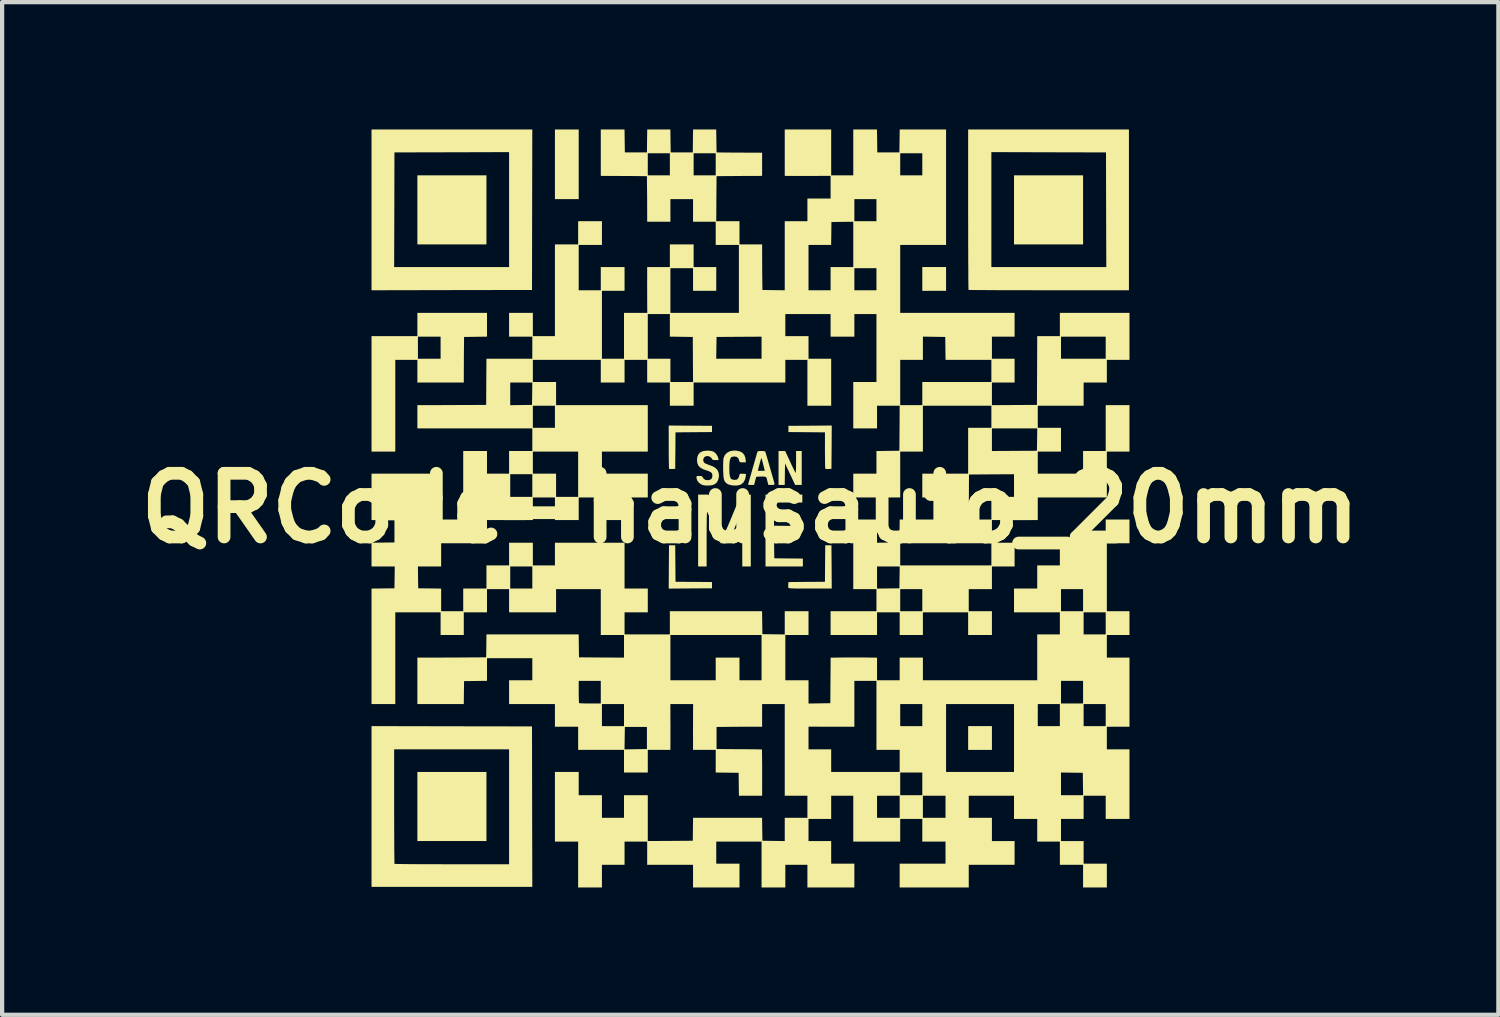
<source format=kicad_pcb>
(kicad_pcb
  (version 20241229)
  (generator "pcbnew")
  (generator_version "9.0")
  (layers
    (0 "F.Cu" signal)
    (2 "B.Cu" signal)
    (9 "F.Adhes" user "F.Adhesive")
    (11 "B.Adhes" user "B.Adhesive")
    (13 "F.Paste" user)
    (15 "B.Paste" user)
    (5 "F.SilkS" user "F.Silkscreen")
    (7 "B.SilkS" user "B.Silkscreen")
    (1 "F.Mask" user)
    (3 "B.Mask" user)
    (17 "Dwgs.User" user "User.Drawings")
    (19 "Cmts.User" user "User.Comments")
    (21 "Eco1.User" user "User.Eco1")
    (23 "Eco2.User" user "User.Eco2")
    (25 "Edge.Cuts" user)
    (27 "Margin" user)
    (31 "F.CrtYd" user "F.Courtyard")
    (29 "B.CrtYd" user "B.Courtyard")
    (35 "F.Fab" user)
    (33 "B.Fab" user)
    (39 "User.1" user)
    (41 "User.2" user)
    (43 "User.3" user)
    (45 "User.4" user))
  (footprint "QRCode-hausauto_20mm"
    (layer "F.Cu")
    (at 14.621 8.92)
    (property "Reference" "QRCode-hausauto_20mm" (at 0 0 0) (layer "F.SilkS") (effects (font (size 1.5 1.5) (thickness 0.3))))
    (attr board_only exclude_from_pos_files exclude_from_bom)
    (fp_poly (pts (xy -6.213 -7.027) (xy -6.213 -6.213) (xy -7.027 -6.213) (xy -7.84 -6.213) (xy -7.84 -7.027) (xy -7.84 -7.84) (xy -7.027 -7.84) (xy -6.213 -7.84)) (stroke (width 0) (type solid)) (fill yes) (layer "F.SilkS"))
    (fp_poly (pts (xy -6.213 7.027) (xy -6.213 7.84) (xy -7.027 7.84) (xy -7.84 7.84) (xy -7.84 7.027) (xy -7.84 6.213) (xy -7.027 6.213) (xy -6.213 6.213)) (stroke (width 0) (type solid)) (fill yes) (layer "F.SilkS"))
    (fp_poly (pts (xy -4.04 -8.1) (xy -4.04 -7.28) (xy -4.32 -7.28) (xy -4.6 -7.28) (xy -4.6 -8.1) (xy -4.6 -8.92) (xy -4.32 -8.92) (xy -4.04 -8.92)) (stroke (width 0) (type solid)) (fill yes) (layer "F.SilkS"))
    (fp_poly (pts (xy 4.613 -5.4) (xy 4.613 -5.12) (xy 4.333 -5.12) (xy 4.053 -5.12) (xy 4.053 -5.4) (xy 4.053 -5.68) (xy 4.333 -5.68) (xy 4.613 -5.68)) (stroke (width 0) (type solid)) (fill yes) (layer "F.SilkS"))
    (fp_poly (pts (xy 5.693 5.413) (xy 5.693 5.693) (xy 5.413 5.693) (xy 5.133 5.693) (xy 5.133 5.413) (xy 5.133 5.133) (xy 5.413 5.133) (xy 5.693 5.133)) (stroke (width 0) (type solid)) (fill yes) (layer "F.SilkS"))
    (fp_poly (pts (xy 7.84 -7.027) (xy 7.84 -6.213) (xy 7.027 -6.213) (xy 6.213 -6.213) (xy 6.213 -7.027) (xy 6.213 -7.84) (xy 7.027 -7.84) (xy 7.84 -7.84)) (stroke (width 0) (type solid)) (fill yes) (layer "F.SilkS"))
    (fp_poly (pts (xy -1.763 1.303) (xy -1.76 1.733) (xy -1.33 1.736) (xy -0.9 1.74) (xy -0.9 1.813) (xy -0.9 1.887) (xy -1.41 1.89) (xy -1.92 1.894) (xy -1.917 1.383) (xy -1.913 0.873) (xy -1.84 0.873) (xy -1.767 0.873)) (stroke (width 0) (type solid)) (fill yes) (layer "F.SilkS"))
    (fp_poly (pts (xy -5.137 -7.03) (xy -5.14 -5.14) (xy -7.03 -5.137) (xy -8.92 -5.133) (xy -8.92 -5.68) (xy -8.387 -5.68) (xy -7.033 -5.68) (xy -5.68 -5.68) (xy -5.68 -7.033) (xy -5.68 -8.387) (xy -7.03 -8.383) (xy -8.38 -8.38) (xy -8.383 -7.03) (xy -8.387 -5.68) (xy -8.92 -5.68) (xy -8.92 -7.027) (xy -8.92 -8.92) (xy -7.027 -8.92) (xy -5.133 -8.92)) (stroke (width 0) (type solid)) (fill yes) (layer "F.SilkS"))
    (fp_poly (pts (xy 1.917 -1.437) (xy 1.913 -0.927) (xy 1.846 -0.923) (xy 1.806 -0.922) (xy 1.777 -0.925) (xy 1.769 -0.928) (xy 1.767 -0.943) (xy 1.765 -0.982) (xy 1.763 -1.041) (xy 1.762 -1.116) (xy 1.761 -1.206) (xy 1.76 -1.305) (xy 1.76 -1.362) (xy 1.76 -1.786) (xy 1.33 -1.79) (xy 0.9 -1.793) (xy 0.9 -1.867) (xy 0.9 -1.94) (xy 1.41 -1.943) (xy 1.92 -1.947)) (stroke (width 0) (type solid)) (fill yes) (layer "F.SilkS"))
    (fp_poly (pts (xy -1.41 -1.943) (xy -0.9 -1.94) (xy -0.9 -1.867) (xy -0.9 -1.793) (xy -1.33 -1.79) (xy -1.76 -1.786) (xy -1.763 -1.356) (xy -1.767 -0.927) (xy -1.834 -0.923) (xy -1.874 -0.922) (xy -1.903 -0.925) (xy -1.911 -0.928) (xy -1.913 -0.943) (xy -1.915 -0.982) (xy -1.916 -1.041) (xy -1.918 -1.119) (xy -1.919 -1.211) (xy -1.92 -1.314) (xy -1.92 -1.427) (xy -1.92 -1.442) (xy -1.92 -1.947)) (stroke (width 0) (type solid)) (fill yes) (layer "F.SilkS"))
    (fp_poly (pts (xy 1.917 1.383) (xy 1.92 1.893) (xy 1.413 1.893) (xy 1.28 1.893) (xy 1.172 1.893) (xy 1.085 1.892) (xy 1.018 1.89) (xy 0.969 1.888) (xy 0.934 1.886) (xy 0.913 1.882) (xy 0.901 1.878) (xy 0.899 1.875) (xy 0.895 1.851) (xy 0.895 1.812) (xy 0.896 1.798) (xy 0.9 1.74) (xy 1.33 1.736) (xy 1.76 1.733) (xy 1.763 1.303) (xy 1.767 0.873) (xy 1.84 0.873) (xy 1.913 0.873)) (stroke (width 0) (type solid)) (fill yes) (layer "F.SilkS"))
    (fp_poly (pts (xy 1.227 -0.227) (xy 1.227 -0.133) (xy 0.893 -0.133) (xy 0.56 -0.133) (xy 0.56 0.14) (xy 0.56 0.413) (xy 0.85 0.416) (xy 1.14 0.42) (xy 1.14 0.507) (xy 1.14 0.593) (xy 0.85 0.597) (xy 0.559 0.601) (xy 0.563 0.89) (xy 0.567 1.18) (xy 0.903 1.184) (xy 1.24 1.187) (xy 1.24 1.28) (xy 1.24 1.373) (xy 0.8 1.373) (xy 0.36 1.373) (xy 0.36 0.527) (xy 0.36 -0.32) (xy 0.793 -0.32) (xy 1.227 -0.32)) (stroke (width 0) (type solid)) (fill yes) (layer "F.SilkS"))
    (fp_poly (pts (xy 0.941 -1.093) (xy 0.976 -1.016) (xy 1.009 -0.949) (xy 1.036 -0.893) (xy 1.056 -0.854) (xy 1.068 -0.833) (xy 1.069 -0.832) (xy 1.073 -0.842) (xy 1.075 -0.876) (xy 1.078 -0.928) (xy 1.079 -0.995) (xy 1.08 -1.073) (xy 1.08 -1.086) (xy 1.08 -1.347) (xy 1.147 -1.347) (xy 1.213 -1.347) (xy 1.213 -0.947) (xy 1.213 -0.547) (xy 1.136 -0.547) (xy 1.059 -0.547) (xy 0.939 -0.801) (xy 0.82 -1.054) (xy 0.816 -0.801) (xy 0.813 -0.547) (xy 0.74 -0.547) (xy 0.667 -0.547) (xy 0.667 -0.947) (xy 0.667 -1.347) (xy 0.745 -1.347) (xy 0.823 -1.347)) (stroke (width 0) (type solid)) (fill yes) (layer "F.SilkS"))
    (fp_poly (pts (xy -6.2 -4.32) (xy -6.2 -4.041) (xy -6.47 -4.037) (xy -6.74 -4.033) (xy -6.743 -3.767) (xy -6.744 -3.66) (xy -6.745 -3.538) (xy -6.745 -3.412) (xy -6.746 -3.294) (xy -6.746 -3.23) (xy -6.747 -2.96) (xy -7.293 -2.96) (xy -7.84 -2.96) (xy -7.84 -3.227) (xy -7.84 -3.493) (xy -8.1 -3.493) (xy -8.36 -3.493) (xy -8.36 -2.413) (xy -8.36 -1.333) (xy -8.64 -1.333) (xy -8.92 -1.333) (xy -8.92 -2.693) (xy -8.92 -4.04) (xy -7.827 -4.04) (xy -7.827 -3.78) (xy -7.827 -3.52) (xy -7.56 -3.52) (xy -7.293 -3.52) (xy -7.293 -3.78) (xy -7.293 -4.04) (xy -7.56 -4.04) (xy -7.827 -4.04) (xy -8.92 -4.04) (xy -8.92 -4.053) (xy -8.38 -4.053) (xy -7.84 -4.053) (xy -7.84 -4.327) (xy -7.84 -4.6) (xy -7.02 -4.6) (xy -6.2 -4.6)) (stroke (width 0) (type solid)) (fill yes) (layer "F.SilkS"))
    (fp_poly (pts (xy -7.03 5.137) (xy -5.14 5.14) (xy -5.137 7.03) (xy -5.133 8.92) (xy -7.027 8.92) (xy -8.92 8.92) (xy -8.92 7.027) (xy -8.92 5.68) (xy -8.387 5.68) (xy -8.387 7.024) (xy -8.387 7.212) (xy -8.386 7.391) (xy -8.386 7.561) (xy -8.385 7.72) (xy -8.385 7.866) (xy -8.384 7.998) (xy -8.383 8.113) (xy -8.382 8.209) (xy -8.381 8.286) (xy -8.38 8.34) (xy -8.379 8.371) (xy -8.378 8.378) (xy -8.363 8.379) (xy -8.324 8.38) (xy -8.262 8.381) (xy -8.179 8.382) (xy -8.076 8.383) (xy -7.955 8.384) (xy -7.818 8.385) (xy -7.667 8.386) (xy -7.504 8.386) (xy -7.331 8.386) (xy -7.148 8.387) (xy -7.024 8.387) (xy -5.68 8.387) (xy -5.68 7.033) (xy -5.68 5.68) (xy -7.033 5.68) (xy -8.387 5.68) (xy -8.92 5.68) (xy -8.92 5.133)) (stroke (width 0) (type solid)) (fill yes) (layer "F.SilkS"))
    (fp_poly (pts (xy 8.92 -7.027) (xy 8.92 -5.133) (xy 7.036 -5.133) (xy 6.813 -5.133) (xy 6.599 -5.134) (xy 6.393 -5.134) (xy 6.197 -5.134) (xy 6.014 -5.135) (xy 5.843 -5.135) (xy 5.688 -5.136) (xy 5.549 -5.137) (xy 5.427 -5.138) (xy 5.326 -5.138) (xy 5.245 -5.139) (xy 5.186 -5.14) (xy 5.152 -5.141) (xy 5.142 -5.142) (xy 5.141 -5.156) (xy 5.14 -5.196) (xy 5.139 -5.259) (xy 5.138 -5.344) (xy 5.137 -5.449) (xy 5.137 -5.574) (xy 5.136 -5.717) (xy 5.135 -5.875) (xy 5.135 -6.048) (xy 5.134 -6.234) (xy 5.134 -6.432) (xy 5.134 -6.64) (xy 5.133 -6.856) (xy 5.133 -7.036) (xy 5.133 -8.387) (xy 5.68 -8.387) (xy 5.68 -7.033) (xy 5.68 -5.68) (xy 7.033 -5.68) (xy 8.387 -5.68) (xy 8.383 -7.03) (xy 8.38 -8.38) (xy 7.03 -8.383) (xy 5.68 -8.387) (xy 5.133 -8.387) (xy 5.133 -8.92) (xy 7.027 -8.92) (xy 8.92 -8.92)) (stroke (width 0) (type solid)) (fill yes) (layer "F.SilkS"))
    (fp_poly (pts (xy -0.332 -1.356) (xy -0.247 -1.339) (xy -0.183 -1.305) (xy -0.139 -1.254) (xy -0.114 -1.185) (xy -0.109 -1.151) (xy -0.103 -1.08) (xy -0.178 -1.08) (xy -0.22 -1.081) (xy -0.243 -1.085) (xy -0.254 -1.098) (xy -0.26 -1.123) (xy -0.261 -1.126) (xy -0.281 -1.177) (xy -0.317 -1.208) (xy -0.371 -1.218) (xy -0.374 -1.218) (xy -0.413 -1.213) (xy -0.443 -1.203) (xy -0.446 -1.2) (xy -0.467 -1.17) (xy -0.482 -1.12) (xy -0.49 -1.046) (xy -0.493 -0.949) (xy -0.493 -0.947) (xy -0.491 -0.852) (xy -0.484 -0.78) (xy -0.472 -0.729) (xy -0.455 -0.696) (xy -0.445 -0.686) (xy -0.41 -0.672) (xy -0.364 -0.667) (xy -0.32 -0.673) (xy -0.314 -0.675) (xy -0.29 -0.695) (xy -0.269 -0.73) (xy -0.255 -0.77) (xy -0.253 -0.787) (xy -0.251 -0.802) (xy -0.24 -0.81) (xy -0.213 -0.812) (xy -0.177 -0.811) (xy -0.1 -0.807) (xy -0.104 -0.76) (xy -0.122 -0.676) (xy -0.158 -0.61) (xy -0.211 -0.563) (xy -0.244 -0.548) (xy -0.302 -0.535) (xy -0.372 -0.533) (xy -0.444 -0.54) (xy -0.506 -0.557) (xy -0.52 -0.563) (xy -0.557 -0.585) (xy -0.586 -0.611) (xy -0.606 -0.644) (xy -0.621 -0.688) (xy -0.63 -0.748) (xy -0.635 -0.827) (xy -0.638 -0.915) (xy -0.638 -1.012) (xy -0.636 -1.093) (xy -0.632 -1.154) (xy -0.626 -1.188) (xy -0.595 -1.256) (xy -0.544 -1.307) (xy -0.477 -1.342) (xy -0.394 -1.357)) (stroke (width 0) (type solid)) (fill yes) (layer "F.SilkS"))
    (fp_poly (pts (xy 0.305 -1.345) (xy 0.338 -1.341) (xy 0.352 -1.335) (xy 0.358 -1.319) (xy 0.37 -1.281) (xy 0.387 -1.225) (xy 0.407 -1.156) (xy 0.43 -1.077) (xy 0.455 -0.991) (xy 0.48 -0.904) (xy 0.504 -0.819) (xy 0.527 -0.74) (xy 0.546 -0.672) (xy 0.561 -0.617) (xy 0.57 -0.579) (xy 0.573 -0.565) (xy 0.564 -0.553) (xy 0.534 -0.548) (xy 0.501 -0.547) (xy 0.428 -0.547) (xy 0.414 -0.597) (xy 0.402 -0.644) (xy 0.392 -0.688) (xy 0.392 -0.691) (xy 0.383 -0.717) (xy 0.367 -0.734) (xy 0.339 -0.743) (xy 0.293 -0.746) (xy 0.234 -0.744) (xy 0.142 -0.74) (xy 0.116 -0.643) (xy 0.09 -0.547) (xy 0.018 -0.547) (xy -0.024 -0.548) (xy -0.045 -0.552) (xy -0.05 -0.562) (xy -0.048 -0.57) (xy -0.043 -0.587) (xy -0.032 -0.626) (xy -0.016 -0.683) (xy 0.005 -0.754) (xy 0.028 -0.835) (xy 0.041 -0.88) (xy 0.178 -0.88) (xy 0.261 -0.88) (xy 0.344 -0.88) (xy 0.306 -1.028) (xy 0.291 -1.087) (xy 0.278 -1.136) (xy 0.268 -1.169) (xy 0.263 -1.181) (xy 0.258 -1.171) (xy 0.248 -1.141) (xy 0.234 -1.093) (xy 0.218 -1.035) (xy 0.218 -1.034) (xy 0.178 -0.88) (xy 0.041 -0.88) (xy 0.053 -0.922) (xy 0.079 -1.012) (xy 0.104 -1.1) (xy 0.127 -1.182) (xy 0.148 -1.255) (xy 0.162 -1.303) (xy 0.17 -1.327) (xy 0.181 -1.34) (xy 0.202 -1.345) (xy 0.241 -1.347) (xy 0.26 -1.347)) (stroke (width 0) (type solid)) (fill yes) (layer "F.SilkS"))
    (fp_poly (pts (xy -0.908 -1.346) (xy -0.857 -1.327) (xy -0.856 -1.327) (xy -0.803 -1.28) (xy -0.765 -1.216) (xy -0.754 -1.177) (xy -0.745 -1.133) (xy -0.819 -1.133) (xy -0.861 -1.136) (xy -0.888 -1.142) (xy -0.893 -1.147) (xy -0.902 -1.165) (xy -0.923 -1.191) (xy -0.926 -1.194) (xy -0.967 -1.221) (xy -1.012 -1.229) (xy -1.055 -1.219) (xy -1.088 -1.195) (xy -1.105 -1.156) (xy -1.107 -1.141) (xy -1.102 -1.102) (xy -1.084 -1.072) (xy -1.049 -1.049) (xy -0.992 -1.027) (xy -0.99 -1.026) (xy -0.901 -0.993) (xy -0.835 -0.959) (xy -0.789 -0.919) (xy -0.758 -0.873) (xy -0.741 -0.815) (xy -0.74 -0.81) (xy -0.737 -0.75) (xy -0.749 -0.686) (xy -0.773 -0.629) (xy -0.798 -0.596) (xy -0.838 -0.565) (xy -0.883 -0.545) (xy -0.941 -0.536) (xy -1.005 -0.533) (xy -1.068 -0.536) (xy -1.116 -0.545) (xy -1.158 -0.563) (xy -1.16 -0.564) (xy -1.213 -0.604) (xy -1.25 -0.656) (xy -1.266 -0.713) (xy -1.267 -0.723) (xy -1.265 -0.745) (xy -1.255 -0.756) (xy -1.231 -0.76) (xy -1.2 -0.76) (xy -1.158 -0.758) (xy -1.136 -0.751) (xy -1.123 -0.735) (xy -1.121 -0.729) (xy -1.092 -0.688) (xy -1.047 -0.664) (xy -0.992 -0.659) (xy -0.953 -0.667) (xy -0.916 -0.688) (xy -0.896 -0.722) (xy -0.891 -0.776) (xy -0.891 -0.78) (xy -0.9 -0.818) (xy -0.929 -0.848) (xy -0.98 -0.874) (xy -1.025 -0.888) (xy -1.114 -0.92) (xy -1.179 -0.958) (xy -1.223 -1.006) (xy -1.247 -1.066) (xy -1.253 -1.132) (xy -1.245 -1.21) (xy -1.219 -1.27) (xy -1.175 -1.315) (xy -1.165 -1.321) (xy -1.113 -1.342) (xy -1.046 -1.354) (xy -0.975 -1.355)) (stroke (width 0) (type solid)) (fill yes) (layer "F.SilkS"))
    (fp_poly (pts (xy -0.8 0.115) (xy -0.758 0.216) (xy -0.719 0.311) (xy -0.683 0.395) (xy -0.653 0.465) (xy -0.63 0.52) (xy -0.614 0.555) (xy -0.607 0.568) (xy -0.601 0.567) (xy -0.589 0.552) (xy -0.572 0.521) (xy -0.549 0.471) (xy -0.518 0.401) (xy -0.48 0.31) (xy -0.441 0.217) (xy -0.401 0.119) (xy -0.362 0.025) (xy -0.326 -0.061) (xy -0.295 -0.135) (xy -0.27 -0.193) (xy -0.254 -0.232) (xy -0.252 -0.237) (xy -0.214 -0.32) (xy -0.101 -0.32) (xy 0.013 -0.32) (xy 0.013 0.527) (xy 0.013 1.373) (xy -0.087 1.373) (xy -0.187 1.373) (xy -0.188 0.71) (xy -0.188 0.559) (xy -0.189 0.433) (xy -0.189 0.329) (xy -0.19 0.246) (xy -0.192 0.183) (xy -0.193 0.136) (xy -0.195 0.105) (xy -0.198 0.087) (xy -0.201 0.08) (xy -0.205 0.083) (xy -0.207 0.087) (xy -0.217 0.109) (xy -0.235 0.153) (xy -0.261 0.214) (xy -0.293 0.288) (xy -0.329 0.373) (xy -0.367 0.465) (xy -0.371 0.473) (xy -0.516 0.82) (xy -0.605 0.824) (xy -0.694 0.828) (xy -0.729 0.751) (xy -0.744 0.716) (xy -0.767 0.661) (xy -0.797 0.591) (xy -0.831 0.511) (xy -0.867 0.425) (xy -0.883 0.387) (xy -0.917 0.305) (xy -0.949 0.231) (xy -0.976 0.168) (xy -0.997 0.121) (xy -1.011 0.093) (xy -1.015 0.087) (xy -1.017 0.097) (xy -1.02 0.132) (xy -1.022 0.191) (xy -1.024 0.27) (xy -1.025 0.37) (xy -1.026 0.487) (xy -1.027 0.621) (xy -1.027 0.724) (xy -1.027 1.373) (xy -1.127 1.373) (xy -1.227 1.373) (xy -1.227 0.527) (xy -1.227 -0.32) (xy -1.103 -0.32) (xy -0.98 -0.32)) (stroke (width 0) (type solid)) (fill yes) (layer "F.SilkS"))
    (fp_poly (pts (xy -2.957 -8.65) (xy -2.953 -8.38) (xy -2.693 -8.38) (xy -2.433 -8.38) (xy -2.43 -8.65) (xy -2.426 -8.92) (xy -2.153 -8.92) (xy -1.881 -8.92) (xy -1.877 -8.65) (xy -1.873 -8.38) (xy -1.613 -8.38) (xy -1.353 -8.38) (xy -1.35 -8.65) (xy -1.346 -8.92) (xy -1.073 -8.92) (xy -0.801 -8.92) (xy -0.797 -8.65) (xy -0.793 -8.38) (xy -0.527 -8.377) (xy -0.42 -8.376) (xy -0.298 -8.375) (xy -0.172 -8.375) (xy -0.054 -8.374) (xy 0.01 -8.374) (xy 0.28 -8.373) (xy 0.28 -8.1) (xy 0.28 -7.827) (xy 0.01 -7.826) (xy -0.098 -7.826) (xy -0.22 -7.825) (xy -0.346 -7.824) (xy -0.463 -7.823) (xy -0.527 -7.823) (xy -0.793 -7.82) (xy -0.797 -7.29) (xy -0.8 -6.76) (xy -0.527 -6.76) (xy -0.253 -6.76) (xy -0.253 -6.487) (xy -0.253 -6.213) (xy 0.013 -6.213) (xy 0.28 -6.213) (xy 0.281 -5.943) (xy 0.281 -5.836) (xy 0.282 -5.713) (xy 0.282 -5.588) (xy 0.283 -5.47) (xy 0.284 -5.407) (xy 0.287 -5.14) (xy 0.55 -5.136) (xy 0.813 -5.133) (xy 0.813 -5.133) (xy 1.373 -5.133) (xy 1.633 -5.133) (xy 1.893 -5.133) (xy 1.893 -5.407) (xy 1.893 -5.653) (xy 2.453 -5.653) (xy 2.453 -5.393) (xy 2.453 -5.133) (xy 2.713 -5.133) (xy 2.973 -5.133) (xy 2.973 -5.393) (xy 2.973 -5.653) (xy 2.713 -5.653) (xy 2.453 -5.653) (xy 1.893 -5.653) (xy 1.893 -5.68) (xy 2.16 -5.68) (xy 2.427 -5.68) (xy 2.427 -6.214) (xy 2.427 -6.747) (xy 2.17 -6.744) (xy 1.913 -6.74) (xy 1.91 -6.47) (xy 1.906 -6.2) (xy 1.64 -6.2) (xy 1.373 -6.2) (xy 1.373 -5.667) (xy 1.373 -5.133) (xy 0.813 -5.133) (xy 0.813 -5.946) (xy 0.813 -6.76) (xy 1.08 -6.76) (xy 1.347 -6.76) (xy 1.347 -7.027) (xy 1.347 -7.28) (xy 2.453 -7.28) (xy 2.453 -7.02) (xy 2.453 -6.76) (xy 2.713 -6.76) (xy 2.973 -6.76) (xy 2.973 -7.02) (xy 2.973 -7.28) (xy 2.713 -7.28) (xy 2.453 -7.28) (xy 1.347 -7.28) (xy 1.347 -7.293) (xy 1.62 -7.293) (xy 1.893 -7.293) (xy 1.893 -7.561) (xy 1.893 -7.828) (xy 1.623 -7.827) (xy 1.515 -7.826) (xy 1.392 -7.826) (xy 1.266 -7.826) (xy 1.147 -7.826) (xy 1.083 -7.826) (xy 0.813 -7.827) (xy 0.813 -8.373) (xy 0.813 -8.92) (xy 1.36 -8.92) (xy 1.907 -8.92) (xy 1.907 -8.38) (xy 1.907 -7.84) (xy 2.167 -7.84) (xy 2.427 -7.84) (xy 2.427 -8.36) (xy 3.533 -8.36) (xy 3.533 -8.1) (xy 3.533 -7.84) (xy 3.793 -7.84) (xy 4.053 -7.84) (xy 4.053 -8.1) (xy 4.053 -8.36) (xy 3.793 -8.36) (xy 3.533 -8.36) (xy 2.427 -8.36) (xy 2.427 -8.38) (xy 2.427 -8.92) (xy 2.706 -8.92) (xy 2.986 -8.92) (xy 2.99 -8.65) (xy 2.993 -8.38) (xy 3.253 -8.38) (xy 3.513 -8.38) (xy 3.517 -8.65) (xy 3.521 -8.92) (xy 4.067 -8.92) (xy 4.613 -8.92) (xy 4.613 -7.56) (xy 4.613 -6.2) (xy 4.073 -6.2) (xy 3.533 -6.2) (xy 3.533 -5.4) (xy 3.533 -4.6) (xy 4.88 -4.6) (xy 6.227 -4.6) (xy 6.227 -4.32) (xy 6.227 -4.04) (xy 5.96 -4.04) (xy 5.693 -4.04) (xy 5.693 -3.78) (xy 5.693 -3.52) (xy 5.96 -3.52) (xy 6.227 -3.52) (xy 6.227 -3.24) (xy 6.227 -2.96) (xy 5.96 -2.96) (xy 5.693 -2.96) (xy 5.693 -2.693) (xy 5.693 -2.427) (xy 6.223 -2.43) (xy 6.753 -2.433) (xy 6.757 -3.243) (xy 6.76 -4.04) (xy 7.32 -4.04) (xy 7.32 -3.78) (xy 7.32 -3.52) (xy 7.847 -3.52) (xy 8.373 -3.52) (xy 8.373 -3.78) (xy 8.373 -4.04) (xy 7.847 -4.04) (xy 7.32 -4.04) (xy 6.76 -4.04) (xy 6.76 -4.053) (xy 7.027 -4.053) (xy 7.293 -4.053) (xy 7.293 -4.327) (xy 7.293 -4.6) (xy 8.113 -4.6) (xy 8.933 -4.6) (xy 8.933 -4.047) (xy 8.933 -3.493) (xy 8.667 -3.493) (xy 8.4 -3.493) (xy 8.4 -3.227) (xy 8.4 -2.96) (xy 8.127 -2.96) (xy 7.853 -2.96) (xy 7.853 -2.687) (xy 7.853 -2.413) (xy 7.313 -2.413) (xy 6.773 -2.413) (xy 6.773 -2.153) (xy 6.773 -1.893) (xy 7.047 -1.893) (xy 7.32 -1.893) (xy 7.32 -1.613) (xy 7.32 -1.333) (xy 7.047 -1.333) (xy 6.773 -1.333) (xy 6.773 -1.073) (xy 6.773 -0.813) (xy 7.307 -0.813) (xy 7.84 -0.813) (xy 7.84 -1.08) (xy 7.84 -1.347) (xy 8.107 -1.347) (xy 8.373 -1.347) (xy 8.373 -1.887) (xy 8.373 -2.427) (xy 8.653 -2.427) (xy 8.933 -2.427) (xy 8.933 -1.88) (xy 8.933 -1.333) (xy 8.667 -1.333) (xy 8.4 -1.333) (xy 8.4 -0.793) (xy 8.4 -0.253) (xy 7.587 -0.253) (xy 6.773 -0.253) (xy 6.773 0.013) (xy 6.773 0.28) (xy 6.503 0.281) (xy 6.395 0.281) (xy 6.272 0.281) (xy 6.146 0.281) (xy 6.027 0.28) (xy 5.963 0.28) (xy 5.693 0.279) (xy 5.693 0.546) (xy 5.693 0.813) (xy 5.96 0.813) (xy 6.227 0.813) (xy 6.227 1.093) (xy 6.227 1.373) (xy 5.96 1.373) (xy 5.693 1.373) (xy 5.693 1.64) (xy 5.693 1.907) (xy 5.42 1.907) (xy 5.147 1.907) (xy 5.147 2.167) (xy 5.147 2.427) (xy 5.42 2.427) (xy 5.693 2.427) (xy 5.693 2.707) (xy 5.693 2.987) (xy 5.413 2.987) (xy 5.133 2.987) (xy 5.133 2.72) (xy 5.133 2.453) (xy 4.6 2.453) (xy 4.067 2.453) (xy 4.067 2.72) (xy 4.067 2.987) (xy 3.793 2.987) (xy 3.52 2.987) (xy 3.52 2.72) (xy 3.52 2.453) (xy 3.253 2.453) (xy 2.987 2.453) (xy 2.987 2.72) (xy 2.987 2.987) (xy 2.44 2.987) (xy 1.893 2.987) (xy 1.893 2.707) (xy 1.893 2.427) (xy 2.433 2.427) (xy 2.973 2.427) (xy 2.973 2.167) (xy 2.973 1.907) (xy 3.533 1.907) (xy 3.533 2.167) (xy 3.533 2.427) (xy 3.793 2.427) (xy 4.053 2.427) (xy 4.053 2.167) (xy 4.053 1.907) (xy 3.793 1.907) (xy 3.533 1.907) (xy 2.973 1.907) (xy 2.7 1.907) (xy 2.427 1.907) (xy 2.427 1.373) (xy 2.987 1.373) (xy 2.987 1.634) (xy 2.987 1.894) (xy 3.25 1.89) (xy 3.513 1.887) (xy 3.517 1.63) (xy 3.521 1.373) (xy 3.254 1.373) (xy 2.987 1.373) (xy 2.427 1.373) (xy 2.427 1.087) (xy 2.427 0.827) (xy 3.533 0.827) (xy 3.533 1.087) (xy 3.533 1.347) (xy 4.607 1.347) (xy 5.68 1.347) (xy 5.68 1.087) (xy 5.68 0.827) (xy 4.607 0.827) (xy 3.533 0.827) (xy 2.427 0.827) (xy 2.427 0.267) (xy 2.707 0.267) (xy 2.987 0.267) (xy 2.987 0.54) (xy 2.987 0.814) (xy 3.25 0.81) (xy 3.513 0.807) (xy 3.517 0.537) (xy 3.521 0.267) (xy 4.06 0.267) (xy 4.6 0.267) (xy 5.147 0.267) (xy 5.413 0.267) (xy 5.68 0.267) (xy 5.68 0) (xy 5.68 -0.267) (xy 5.947 -0.267) (xy 6.213 -0.267) (xy 6.213 -0.533) (xy 6.213 -0.8) (xy 5.683 -0.797) (xy 5.153 -0.793) (xy 5.15 -0.263) (xy 5.147 0.267) (xy 4.6 0.267) (xy 4.6 0.007) (xy 4.6 -0.253) (xy 4.327 -0.253) (xy 4.053 -0.253) (xy 4.053 -0.533) (xy 4.053 -0.813) (xy 4.593 -0.813) (xy 5.133 -0.813) (xy 5.133 -1.353) (xy 5.133 -1.88) (xy 5.693 -1.88) (xy 5.693 -1.613) (xy 5.693 -1.347) (xy 6.223 -1.35) (xy 6.753 -1.353) (xy 6.757 -1.616) (xy 6.761 -1.88) (xy 6.227 -1.88) (xy 5.693 -1.88) (xy 5.133 -1.88) (xy 5.133 -1.893) (xy 5.407 -1.893) (xy 5.68 -1.893) (xy 5.68 -2.153) (xy 5.68 -2.413) (xy 4.873 -2.413) (xy 4.067 -2.413) (xy 4.067 -1.873) (xy 4.067 -1.333) (xy 3.8 -1.333) (xy 3.533 -1.333) (xy 3.533 -0.793) (xy 3.533 -0.253) (xy 2.98 -0.253) (xy 2.427 -0.253) (xy 2.427 -0.533) (xy 2.427 -0.813) (xy 2.7 -0.813) (xy 2.973 -0.813) (xy 2.973 -1.08) (xy 2.973 -1.346) (xy 3.243 -1.35) (xy 3.513 -1.353) (xy 3.517 -1.883) (xy 3.52 -2.413) (xy 3.253 -2.413) (xy 2.987 -2.413) (xy 2.987 -2.147) (xy 2.987 -1.88) (xy 2.707 -1.88) (xy 2.427 -1.88) (xy 2.427 -2.427) (xy 3.533 -2.427) (xy 3.793 -2.427) (xy 4.053 -2.427) (xy 4.053 -2.7) (xy 4.053 -2.973) (xy 4.867 -2.973) (xy 5.68 -2.973) (xy 5.68 -3.233) (xy 5.68 -3.493) (xy 5.14 -3.493) (xy 4.601 -3.493) (xy 4.597 -3.763) (xy 4.593 -4.033) (xy 4.33 -4.037) (xy 4.067 -4.041) (xy 4.067 -3.767) (xy 4.067 -3.493) (xy 3.8 -3.493) (xy 3.533 -3.493) (xy 3.533 -2.96) (xy 3.533 -2.427) (xy 2.427 -2.427) (xy 2.427 -2.973) (xy 2.7 -2.973) (xy 2.973 -2.973) (xy 2.973 -3.773) (xy 2.973 -4.573) (xy 2.713 -4.573) (xy 2.453 -4.573) (xy 2.453 -4.307) (xy 2.453 -4.04) (xy 2.173 -4.04) (xy 1.893 -4.04) (xy 1.893 -4.307) (xy 1.893 -4.573) (xy 1.36 -4.573) (xy 0.827 -4.573) (xy 0.827 -4.313) (xy 0.827 -4.053) (xy 1.1 -4.053) (xy 1.373 -4.053) (xy 1.373 -3.787) (xy 1.373 -3.52) (xy 1.64 -3.52) (xy 1.907 -3.52) (xy 1.907 -2.967) (xy 1.907 -2.413) (xy 1.627 -2.413) (xy 1.347 -2.413) (xy 1.347 -2.953) (xy 1.347 -3.493) (xy 1.087 -3.493) (xy 0.827 -3.493) (xy 0.827 -3.227) (xy 0.827 -2.96) (xy -0.253 -2.96) (xy -1.333 -2.96) (xy -1.333 -2.687) (xy -1.333 -2.413) (xy -1.613 -2.413) (xy -1.893 -2.413) (xy -1.893 -2.687) (xy -1.893 -2.96) (xy -2.16 -2.96) (xy -2.427 -2.96) (xy -2.427 -3.227) (xy -2.427 -3.493) (xy -2.693 -3.493) (xy -2.96 -3.493) (xy -2.96 -3.227) (xy -2.96 -2.96) (xy -3.24 -2.96) (xy -3.52 -2.96) (xy -3.52 -3.227) (xy -3.52 -3.493) (xy -4.32 -3.493) (xy -5.12 -3.493) (xy -5.12 -3.233) (xy -5.12 -2.973) (xy -4.847 -2.973) (xy -4.573 -2.973) (xy -4.573 -2.7) (xy -4.573 -2.427) (xy -3.763 -2.427) (xy -3.609 -2.427) (xy -3.455 -2.427) (xy -3.304 -2.427) (xy -3.161 -2.427) (xy -3.028 -2.427) (xy -2.909 -2.427) (xy -2.807 -2.427) (xy -2.726 -2.427) (xy -2.683 -2.427) (xy -2.413 -2.427) (xy -2.413 -1.88) (xy -2.413 -1.333) (xy -2.953 -1.333) (xy -3.493 -1.333) (xy -3.493 -1.073) (xy -3.493 -0.813) (xy -2.953 -0.813) (xy -2.413 -0.813) (xy -2.413 -0.533) (xy -2.413 -0.253) (xy -2.687 -0.253) (xy -2.96 -0.253) (xy -2.96 0.013) (xy -2.96 0.28) (xy -3.24 0.28) (xy -3.52 0.28) (xy -3.52 0.013) (xy -3.52 -0.253) (xy -3.78 -0.253) (xy -4.04 -0.253) (xy -4.04 0.013) (xy -4.04 0.28) (xy -4.32 0.28) (xy -4.6 0.28) (xy -4.6 0.013) (xy -4.6 -0.253) (xy -4.86 -0.253) (xy -5.12 -0.253) (xy -5.12 0.013) (xy -5.12 0.28) (xy -5.39 0.281) (xy -5.498 0.281) (xy -5.621 0.281) (xy -5.748 0.281) (xy -5.866 0.28) (xy -5.93 0.28) (xy -6.2 0.279) (xy -6.2 0.553) (xy -6.2 0.827) (xy -6.74 0.827) (xy -7.28 0.827) (xy -7.28 1.1) (xy -7.28 1.373) (xy -7.554 1.373) (xy -7.827 1.373) (xy -7.824 1.63) (xy -7.82 1.887) (xy -7.55 1.89) (xy -7.28 1.894) (xy -7.28 2.16) (xy -7.28 2.427) (xy -7.02 2.427) (xy -6.76 2.427) (xy -6.76 2.16) (xy -6.76 1.893) (xy -6.487 1.893) (xy -6.213 1.893) (xy -6.213 1.62) (xy -6.213 1.373) (xy -5.653 1.373) (xy -5.653 1.633) (xy -5.653 1.893) (xy -5.393 1.893) (xy -5.133 1.893) (xy -5.133 1.633) (xy -5.133 1.373) (xy -5.393 1.373) (xy -5.653 1.373) (xy -6.213 1.373) (xy -6.213 1.347) (xy -5.947 1.347) (xy -5.68 1.347) (xy -5.68 1.08) (xy -5.68 0.813) (xy -5.4 0.813) (xy -5.12 0.813) (xy -5.12 1.08) (xy -5.12 1.347) (xy -4.86 1.347) (xy -4.6 1.347) (xy -4.6 1.08) (xy -4.6 0.813) (xy -3.78 0.813) (xy -2.96 0.813) (xy -2.96 1.353) (xy -2.96 1.893) (xy -2.687 1.893) (xy -2.413 1.893) (xy -2.413 2.173) (xy -2.413 2.453) (xy -2.687 2.453) (xy -2.96 2.453) (xy -2.96 2.713) (xy -2.96 2.973) (xy -2.427 2.973) (xy -1.893 2.973) (xy -1.893 2.7) (xy -1.893 2.427) (xy -0.807 2.427) (xy 0.279 2.427) (xy 0.283 2.697) (xy 0.287 2.967) (xy 0.55 2.97) (xy 0.813 2.974) (xy 0.813 2.7) (xy 0.813 2.427) (xy 1.093 2.427) (xy 1.373 2.427) (xy 1.373 2.707) (xy 1.373 2.987) (xy 1.1 2.987) (xy 0.827 2.987) (xy 0.827 3.52) (xy 0.827 4.053) (xy 1.1 4.053) (xy 1.373 4.053) (xy 1.373 4.327) (xy 1.373 4.601) (xy 1.63 4.597) (xy 1.887 4.593) (xy 1.89 4.057) (xy 1.894 3.521) (xy 2.167 3.517) (xy 2.275 3.516) (xy 2.399 3.516) (xy 2.527 3.516) (xy 2.646 3.516) (xy 2.713 3.517) (xy 2.987 3.521) (xy 2.987 3.787) (xy 2.987 4.053) (xy 3.253 4.053) (xy 3.52 4.053) (xy 3.52 3.787) (xy 3.52 3.52) (xy 3.793 3.52) (xy 4.067 3.52) (xy 4.067 3.787) (xy 4.067 4.053) (xy 5.413 4.053) (xy 6.76 4.053) (xy 6.76 3.513) (xy 6.76 2.973) (xy 7.027 2.973) (xy 7.293 2.973) (xy 7.293 2.713) (xy 7.293 2.453) (xy 7.853 2.453) (xy 7.853 2.713) (xy 7.853 2.973) (xy 8.113 2.973) (xy 8.373 2.973) (xy 8.373 2.713) (xy 8.373 2.453) (xy 8.113 2.453) (xy 7.853 2.453) (xy 7.293 2.453) (xy 6.753 2.453) (xy 6.213 2.453) (xy 6.213 2.173) (xy 6.213 1.907) (xy 7.32 1.907) (xy 7.32 2.167) (xy 7.32 2.427) (xy 7.58 2.427) (xy 7.84 2.427) (xy 7.84 2.167) (xy 7.84 1.907) (xy 7.58 1.907) (xy 7.32 1.907) (xy 6.213 1.907) (xy 6.213 1.893) (xy 6.487 1.893) (xy 6.76 1.893) (xy 6.76 1.62) (xy 6.76 1.347) (xy 7.027 1.347) (xy 7.293 1.347) (xy 7.293 1.08) (xy 7.293 0.813) (xy 7.833 0.813) (xy 8.373 0.813) (xy 8.373 0.54) (xy 8.373 0.267) (xy 8.653 0.267) (xy 8.933 0.267) (xy 8.933 0.547) (xy 8.933 0.827) (xy 8.667 0.827) (xy 8.4 0.827) (xy 8.4 1.627) (xy 8.4 2.427) (xy 8.667 2.427) (xy 8.933 2.427) (xy 8.933 2.707) (xy 8.933 2.987) (xy 8.667 2.987) (xy 8.4 2.987) (xy 8.4 3.253) (xy 8.4 3.52) (xy 8.667 3.52) (xy 8.933 3.52) (xy 8.933 4.333) (xy 8.933 5.147) (xy 8.667 5.147) (xy 8.4 5.147) (xy 8.4 5.413) (xy 8.4 5.68) (xy 8.667 5.68) (xy 8.933 5.68) (xy 8.933 6.5) (xy 8.933 7.32) (xy 8.653 7.32) (xy 8.373 7.32) (xy 8.373 7.047) (xy 8.373 6.773) (xy 8.113 6.773) (xy 7.853 6.773) (xy 7.853 7.047) (xy 7.853 7.32) (xy 7.587 7.32) (xy 7.32 7.32) (xy 7.32 7.58) (xy 7.32 7.84) (xy 7.587 7.84) (xy 7.853 7.84) (xy 7.853 8.107) (xy 7.853 8.373) (xy 8.127 8.373) (xy 8.4 8.373) (xy 8.4 8.653) (xy 8.4 8.933) (xy 8.12 8.933) (xy 7.84 8.933) (xy 7.84 8.667) (xy 7.84 8.4) (xy 7.567 8.4) (xy 7.293 8.4) (xy 7.293 8.127) (xy 7.293 7.853) (xy 7.027 7.853) (xy 6.76 7.853) (xy 6.76 7.587) (xy 6.76 7.32) (xy 6.487 7.32) (xy 6.213 7.32) (xy 6.213 7.047) (xy 6.213 6.773) (xy 5.68 6.773) (xy 5.147 6.773) (xy 5.147 7.033) (xy 5.147 7.293) (xy 5.42 7.293) (xy 5.693 7.293) (xy 5.693 7.567) (xy 5.693 7.84) (xy 5.96 7.84) (xy 6.227 7.84) (xy 6.227 8.12) (xy 6.227 8.4) (xy 5.687 8.4) (xy 5.147 8.4) (xy 5.147 8.667) (xy 5.147 8.933) (xy 4.333 8.933) (xy 3.52 8.933) (xy 3.52 8.653) (xy 3.52 8.373) (xy 4.06 8.373) (xy 4.6 8.373) (xy 4.6 8.113) (xy 4.6 7.853) (xy 4.327 7.853) (xy 4.053 7.853) (xy 4.053 7.587) (xy 4.053 7.32) (xy 3.793 7.32) (xy 3.533 7.32) (xy 3.533 7.587) (xy 3.533 7.853) (xy 2.98 7.853) (xy 2.427 7.853) (xy 2.427 7.313) (xy 2.427 6.773) (xy 2.987 6.773) (xy 2.987 7.033) (xy 2.987 7.293) (xy 3.253 7.293) (xy 3.52 7.293) (xy 3.52 7.033) (xy 3.52 6.773) (xy 4.067 6.773) (xy 4.067 7.033) (xy 4.067 7.293) (xy 4.333 7.293) (xy 4.6 7.293) (xy 4.6 7.033) (xy 4.6 6.773) (xy 4.333 6.773) (xy 4.067 6.773) (xy 3.52 6.773) (xy 3.253 6.773) (xy 2.987 6.773) (xy 2.427 6.773) (xy 2.167 6.773) (xy 1.907 6.773) (xy 1.907 7.047) (xy 1.907 7.32) (xy 1.64 7.32) (xy 1.373 7.32) (xy 1.373 7.58) (xy 1.373 7.84) (xy 1.64 7.84) (xy 1.907 7.84) (xy 1.907 8.107) (xy 1.907 8.373) (xy 2.18 8.373) (xy 2.453 8.373) (xy 2.453 8.653) (xy 2.453 8.933) (xy 1.9 8.933) (xy 1.347 8.933) (xy 1.347 8.667) (xy 1.347 8.4) (xy 1.087 8.4) (xy 0.827 8.4) (xy 0.827 8.667) (xy 0.827 8.933) (xy 0.547 8.933) (xy 0.267 8.933) (xy 0.267 8.393) (xy 0.267 7.853) (xy -0.267 7.853) (xy -0.8 7.853) (xy -0.8 8.113) (xy -0.8 8.373) (xy -0.527 8.373) (xy -0.253 8.373) (xy -0.253 8.653) (xy -0.253 8.933) (xy -0.8 8.933) (xy -1.347 8.933) (xy -1.347 8.667) (xy -1.347 8.4) (xy -1.887 8.4) (xy -2.427 8.4) (xy -2.427 8.127) (xy -2.427 7.853) (xy -2.693 7.853) (xy -2.96 7.853) (xy -2.96 8.127) (xy -2.96 8.4) (xy -3.227 8.4) (xy -3.493 8.4) (xy -3.493 8.667) (xy -3.493 8.933) (xy -3.773 8.933) (xy -4.053 8.933) (xy -4.053 8.393) (xy -4.053 7.853) (xy -4.327 7.853) (xy -4.6 7.853) (xy -4.6 7.033) (xy -4.6 6.213) (xy -4.32 6.213) (xy -4.04 6.213) (xy -4.04 6.487) (xy -4.04 6.76) (xy -3.767 6.76) (xy -3.493 6.76) (xy -3.493 7.027) (xy -3.493 7.293) (xy -3.233 7.293) (xy -2.973 7.293) (xy -2.973 7.027) (xy -2.973 6.76) (xy -2.693 6.76) (xy -2.413 6.76) (xy -2.413 7.3) (xy -2.413 7.84) (xy -1.883 7.837) (xy -1.353 7.833) (xy -1.35 7.563) (xy -1.346 7.293) (xy -0.533 7.293) (xy 0.279 7.293) (xy 0.283 7.563) (xy 0.287 7.833) (xy 0.55 7.837) (xy 0.813 7.841) (xy 0.813 7.567) (xy 0.813 7.293) (xy 1.08 7.293) (xy 1.347 7.293) (xy 1.347 7.033) (xy 1.347 6.773) (xy 1.08 6.773) (xy 0.813 6.773) (xy 0.813 6.227) (xy 3.533 6.227) (xy 3.533 6.493) (xy 3.533 6.76) (xy 3.793 6.76) (xy 4.053 6.76) (xy 4.053 6.493) (xy 4.053 6.227) (xy 3.793 6.227) (xy 3.533 6.227) (xy 0.813 6.227) (xy 0.813 6.226) (xy 7.32 6.226) (xy 7.32 6.493) (xy 7.32 6.76) (xy 7.58 6.76) (xy 7.841 6.76) (xy 7.837 6.497) (xy 7.833 6.233) (xy 7.577 6.23) (xy 7.32 6.226) (xy 0.813 6.226) (xy 0.813 5.693) (xy 0.813 5.68) (xy 1.373 5.68) (xy 1.64 5.68) (xy 1.907 5.68) (xy 1.907 5.947) (xy 1.907 6.213) (xy 2.713 6.213) (xy 3.52 6.213) (xy 3.52 5.953) (xy 3.52 5.693) (xy 3.247 5.693) (xy 2.973 5.693) (xy 2.973 4.88) (xy 2.973 4.613) (xy 3.533 4.613) (xy 3.533 4.873) (xy 3.533 5.133) (xy 3.793 5.133) (xy 4.053 5.133) (xy 4.053 4.873) (xy 4.053 4.613) (xy 4.613 4.613) (xy 4.613 5.413) (xy 4.613 6.213) (xy 5.413 6.213) (xy 6.213 6.213) (xy 6.213 5.413) (xy 6.213 4.613) (xy 6.773 4.613) (xy 6.773 4.873) (xy 6.773 5.133) (xy 7.033 5.133) (xy 7.293 5.133) (xy 7.293 4.873) (xy 7.293 4.613) (xy 7.853 4.613) (xy 7.853 4.873) (xy 7.853 5.133) (xy 8.113 5.133) (xy 8.373 5.133) (xy 8.373 4.873) (xy 8.373 4.613) (xy 8.113 4.613) (xy 7.853 4.613) (xy 7.293 4.613) (xy 7.033 4.613) (xy 6.773 4.613) (xy 6.213 4.613) (xy 5.413 4.613) (xy 4.613 4.613) (xy 4.053 4.613) (xy 3.793 4.613) (xy 3.533 4.613) (xy 2.973 4.613) (xy 2.973 4.067) (xy 7.32 4.067) (xy 7.32 4.333) (xy 7.32 4.6) (xy 7.58 4.6) (xy 7.84 4.6) (xy 7.84 4.333) (xy 7.84 4.067) (xy 7.58 4.067) (xy 7.32 4.067) (xy 2.973 4.067) (xy 2.713 4.067) (xy 2.453 4.067) (xy 2.453 4.607) (xy 2.453 5.147) (xy 2.177 5.147) (xy 2.069 5.147) (xy 1.948 5.147) (xy 1.823 5.147) (xy 1.707 5.147) (xy 1.637 5.147) (xy 1.373 5.146) (xy 1.373 5.413) (xy 1.373 5.68) (xy 0.813 5.68) (xy 0.813 4.613) (xy 0.547 4.613) (xy 0.28 4.613) (xy 0.28 4.88) (xy 0.28 5.147) (xy 0.01 5.147) (xy -0.098 5.148) (xy -0.22 5.148) (xy -0.346 5.149) (xy -0.463 5.15) (xy -0.527 5.151) (xy -0.793 5.153) (xy -0.793 5.413) (xy -0.793 5.673) (xy -0.261 5.677) (xy -0.145 5.677) (xy -0.037 5.678) (xy 0.059 5.679) (xy 0.141 5.68) (xy 0.206 5.681) (xy 0.251 5.682) (xy 0.273 5.683) (xy 0.275 5.684) (xy 0.276 5.698) (xy 0.277 5.736) (xy 0.278 5.795) (xy 0.279 5.873) (xy 0.28 5.967) (xy 0.281 6.074) (xy 0.281 6.191) (xy 0.281 6.316) (xy 0.281 6.446) (xy 0.281 6.503) (xy 0.28 6.773) (xy 0.007 6.773) (xy -0.266 6.773) (xy -0.27 6.503) (xy -0.273 6.233) (xy -0.543 6.23) (xy -0.813 6.226) (xy -0.813 5.96) (xy -0.813 5.693) (xy -1.08 5.693) (xy -1.347 5.693) (xy -1.347 5.423) (xy -1.348 5.315) (xy -1.348 5.192) (xy -1.347 5.066) (xy -1.347 4.947) (xy -1.347 4.883) (xy -1.345 4.613) (xy -1.613 4.613) (xy -1.881 4.613) (xy -1.88 4.883) (xy -1.88 4.991) (xy -1.879 5.114) (xy -1.879 5.241) (xy -1.879 5.36) (xy -1.879 5.423) (xy -1.88 5.693) (xy -2.147 5.693) (xy -2.413 5.693) (xy -2.413 5.96) (xy -2.413 6.227) (xy -2.693 6.227) (xy -2.973 6.227) (xy -2.973 5.96) (xy -2.973 5.693) (xy -3.513 5.693) (xy -4.053 5.693) (xy -4.053 5.681) (xy -2.961 5.681) (xy -2.697 5.677) (xy -2.433 5.673) (xy -2.433 5.413) (xy -2.433 5.153) (xy -2.693 5.153) (xy -2.953 5.153) (xy -2.957 5.417) (xy -2.961 5.681) (xy -4.053 5.681) (xy -4.053 5.42) (xy -4.053 5.147) (xy -4.327 5.147) (xy -4.6 5.147) (xy -4.6 4.88) (xy -4.6 4.613) (xy -3.493 4.613) (xy -3.493 4.873) (xy -3.493 5.133) (xy -3.233 5.133) (xy -2.973 5.133) (xy -2.973 4.873) (xy -2.973 4.613) (xy -3.233 4.613) (xy -3.493 4.613) (xy -4.6 4.613) (xy -5.14 4.613) (xy -5.68 4.613) (xy -5.68 4.333) (xy -5.68 4.067) (xy -4.04 4.067) (xy -4.04 4.324) (xy -4.04 4.405) (xy -4.038 4.476) (xy -4.036 4.533) (xy -4.034 4.573) (xy -4.031 4.591) (xy -4.031 4.591) (xy -4.016 4.594) (xy -3.978 4.596) (xy -3.922 4.598) (xy -3.852 4.6) (xy -3.773 4.6) (xy -3.771 4.6) (xy -3.52 4.6) (xy -3.52 4.333) (xy -3.52 4.067) (xy -3.78 4.067) (xy -4.04 4.067) (xy -5.68 4.067) (xy -5.68 4.053) (xy -5.407 4.053) (xy -5.133 4.053) (xy -5.133 3.793) (xy -5.133 3.533) (xy -5.667 3.533) (xy -6.2 3.533) (xy -6.2 3.8) (xy -6.2 4.066) (xy -6.47 4.07) (xy -6.74 4.073) (xy -6.744 4.343) (xy -6.747 4.613) (xy -7.294 4.613) (xy -7.84 4.613) (xy -7.84 4.067) (xy -7.84 3.52) (xy -7.57 3.52) (xy -7.494 3.519) (xy -7.396 3.519) (xy -7.281 3.519) (xy -7.155 3.518) (xy -7.022 3.518) (xy -6.887 3.517) (xy -6.76 3.516) (xy -6.22 3.513) (xy -6.216 3.243) (xy -6.213 2.973) (xy -5.127 2.973) (xy -4.041 2.973) (xy -4.037 3.243) (xy -4.033 3.513) (xy -3.503 3.517) (xy -2.973 3.52) (xy -2.973 3.253) (xy -2.973 2.987) (xy -1.88 2.987) (xy -1.88 3.52) (xy -1.88 4.053) (xy -1.346 4.053) (xy -0.813 4.053) (xy -0.813 3.787) (xy -0.813 3.52) (xy -0.533 3.52) (xy -0.253 3.52) (xy -0.253 3.787) (xy -0.253 4.053) (xy 0.007 4.053) (xy 0.267 4.053) (xy 0.267 3.52) (xy 0.267 2.987) (xy -0.806 2.987) (xy -1.88 2.987) (xy -2.973 2.987) (xy -3.247 2.987) (xy -3.52 2.987) (xy -3.52 2.447) (xy -3.52 1.907) (xy -4.047 1.907) (xy -4.573 1.907) (xy -4.573 2.18) (xy -4.573 2.453) (xy -5.127 2.453) (xy -5.68 2.453) (xy -5.68 2.18) (xy -5.68 1.907) (xy -5.94 1.907) (xy -6.2 1.907) (xy -6.2 2.18) (xy -6.2 2.453) (xy -6.473 2.453) (xy -6.747 2.453) (xy -6.747 2.72) (xy -6.747 2.987) (xy -7.02 2.987) (xy -7.293 2.987) (xy -7.293 2.72) (xy -7.293 2.453) (xy -7.827 2.453) (xy -8.36 2.453) (xy -8.36 3.533) (xy -8.36 4.613) (xy -8.64 4.613) (xy -8.92 4.613) (xy -8.92 3.254) (xy -8.92 1.894) (xy -8.65 1.89) (xy -8.38 1.887) (xy -8.376 1.63) (xy -8.373 1.373) (xy -8.646 1.373) (xy -8.92 1.373) (xy -8.92 1.094) (xy -8.92 0.814) (xy -8.65 0.81) (xy -8.38 0.807) (xy -8.38 0.547) (xy -8.38 0.287) (xy -8.65 0.283) (xy -8.92 0.279) (xy -8.92 -0.267) (xy -8.92 -0.813) (xy -8.1 -0.813) (xy -7.28 -0.813) (xy -7.28 -0.273) (xy -7.28 0.267) (xy -7.02 0.267) (xy -6.76 0.267) (xy -6.76 -0.54) (xy -6.76 -0.8) (xy -5.653 -0.8) (xy -5.653 -0.533) (xy -5.653 -0.267) (xy -5.393 -0.267) (xy -5.133 -0.267) (xy -5.133 -0.533) (xy -5.133 -0.8) (xy -5.393 -0.8) (xy -5.653 -0.8) (xy -6.76 -0.8) (xy -6.76 -1.347) (xy -6.48 -1.347) (xy -6.2 -1.347) (xy -6.2 -1.08) (xy -6.2 -0.813) (xy -5.94 -0.813) (xy -5.68 -0.813) (xy -5.68 -1.08) (xy -5.68 -1.333) (xy -5.12 -1.333) (xy -5.12 -1.073) (xy -5.12 -0.813) (xy -4.847 -0.813) (xy -4.573 -0.813) (xy -4.573 -0.54) (xy -4.573 -0.267) (xy -4.313 -0.267) (xy -4.053 -0.267) (xy -4.053 -0.8) (xy -4.053 -1.333) (xy -4.587 -1.333) (xy -5.12 -1.333) (xy -5.68 -1.333) (xy -5.68 -1.347) (xy -5.407 -1.347) (xy -5.133 -1.347) (xy -5.133 -1.613) (xy -5.133 -1.88) (xy -6.217 -1.88) (xy -6.392 -1.879) (xy -6.566 -1.879) (xy -6.735 -1.879) (xy -6.896 -1.879) (xy -7.048 -1.879) (xy -7.187 -1.879) (xy -7.311 -1.879) (xy -7.416 -1.88) (xy -7.501 -1.88) (xy -7.562 -1.88) (xy -7.57 -1.88) (xy -7.84 -1.88) (xy -7.84 -2.153) (xy -7.84 -2.413) (xy -5.12 -2.413) (xy -5.12 -2.153) (xy -5.12 -1.893) (xy -4.86 -1.893) (xy -4.6 -1.893) (xy -4.6 -2.153) (xy -4.6 -2.413) (xy -4.86 -2.413) (xy -5.12 -2.413) (xy -7.84 -2.413) (xy -7.84 -2.427) (xy -7.57 -2.427) (xy -7.494 -2.427) (xy -7.396 -2.428) (xy -7.281 -2.428) (xy -7.155 -2.429) (xy -7.022 -2.429) (xy -6.887 -2.43) (xy -6.76 -2.43) (xy -6.22 -2.433) (xy -6.217 -2.96) (xy -5.653 -2.96) (xy -5.653 -2.693) (xy -5.653 -2.426) (xy -5.397 -2.43) (xy -5.14 -2.433) (xy -5.136 -2.697) (xy -5.133 -2.96) (xy -5.393 -2.96) (xy -5.653 -2.96) (xy -6.217 -2.96) (xy -6.217 -2.977) (xy -6.213 -3.52) (xy -5.673 -3.52) (xy -5.133 -3.52) (xy -5.133 -3.78) (xy -5.133 -4.04) (xy -5.407 -4.04) (xy -5.68 -4.04) (xy -5.68 -4.32) (xy -5.68 -4.6) (xy -5.4 -4.6) (xy -5.12 -4.6) (xy -5.12 -4.327) (xy -5.12 -4.053) (xy -4.86 -4.053) (xy -4.6 -4.053) (xy -4.6 -5.133) (xy -4.6 -6.213) (xy -4.327 -6.213) (xy -4.053 -6.213) (xy -4.053 -6.487) (xy -4.053 -6.76) (xy -3.773 -6.76) (xy -3.493 -6.76) (xy -3.493 -6.48) (xy -3.493 -6.2) (xy -3.767 -6.2) (xy -4.04 -6.2) (xy -4.04 -5.667) (xy -4.04 -5.133) (xy -3.78 -5.133) (xy -3.52 -5.133) (xy -3.52 -5.407) (xy -3.52 -5.68) (xy -3.24 -5.68) (xy -2.96 -5.68) (xy -2.96 -5.4) (xy -2.96 -5.12) (xy -3.227 -5.12) (xy -3.493 -5.12) (xy -3.493 -4.32) (xy -3.493 -3.52) (xy -3.233 -3.52) (xy -2.973 -3.52) (xy -2.973 -4.06) (xy -2.973 -4.573) (xy -2.413 -4.573) (xy -2.413 -4.047) (xy -2.413 -3.52) (xy -2.147 -3.52) (xy -1.88 -3.52) (xy -1.88 -3.247) (xy -1.88 -2.973) (xy -1.613 -2.973) (xy -1.347 -2.973) (xy -1.35 -3.503) (xy -1.35 -3.52) (xy -0.801 -3.52) (xy -0.267 -3.52) (xy 0.267 -3.52) (xy 0.267 -3.78) (xy 0.267 -4.04) (xy -0.263 -4.037) (xy -0.793 -4.033) (xy -0.797 -3.777) (xy -0.801 -3.52) (xy -1.35 -3.52) (xy -1.353 -4.033) (xy -1.623 -4.037) (xy -1.893 -4.041) (xy -1.893 -4.307) (xy -1.893 -4.573) (xy -2.153 -4.573) (xy -2.413 -4.573) (xy -2.973 -4.573) (xy -2.973 -4.6) (xy -2.699 -4.6) (xy -2.425 -4.6) (xy -2.427 -4.87) (xy -2.427 -4.978) (xy -2.427 -5.101) (xy -2.428 -5.228) (xy -2.428 -5.346) (xy -2.427 -5.41) (xy -2.427 -5.68) (xy -2.16 -5.68) (xy -1.893 -5.68) (xy -1.893 -5.947) (xy -1.893 -6.213) (xy -1.613 -6.213) (xy -1.333 -6.213) (xy -1.333 -5.947) (xy -1.333 -5.68) (xy -1.067 -5.68) (xy -0.8 -5.68) (xy -0.8 -5.4) (xy -0.8 -5.12) (xy -1.073 -5.12) (xy -1.347 -5.12) (xy -1.347 -5.387) (xy -1.347 -5.653) (xy -1.613 -5.653) (xy -1.88 -5.653) (xy -1.88 -5.127) (xy -1.88 -4.6) (xy -1.073 -4.6) (xy -0.267 -4.6) (xy -0.267 -5.4) (xy -0.267 -6.2) (xy -0.54 -6.2) (xy -0.813 -6.2) (xy -0.813 -6.473) (xy -0.813 -6.747) (xy -1.08 -6.747) (xy -1.347 -6.747) (xy -1.347 -7.013) (xy -1.347 -7.28) (xy -1.613 -7.28) (xy -1.88 -7.28) (xy -1.88 -7.013) (xy -1.88 -6.747) (xy -2.153 -6.747) (xy -2.427 -6.747) (xy -2.427 -7.017) (xy -2.428 -7.124) (xy -2.428 -7.247) (xy -2.429 -7.372) (xy -2.43 -7.49) (xy -2.431 -7.553) (xy -2.433 -7.82) (xy -2.7 -7.823) (xy -2.805 -7.824) (xy -2.926 -7.825) (xy -3.052 -7.825) (xy -3.171 -7.826) (xy -3.243 -7.826) (xy -3.52 -7.827) (xy -3.52 -8.36) (xy -2.413 -8.36) (xy -2.413 -8.1) (xy -2.413 -7.84) (xy -2.153 -7.84) (xy -1.893 -7.84) (xy -1.893 -8.1) (xy -1.893 -8.36) (xy -1.333 -8.36) (xy -1.333 -8.1) (xy -1.333 -7.84) (xy -1.073 -7.84) (xy -0.813 -7.84) (xy -0.813 -8.1) (xy -0.813 -8.36) (xy -1.073 -8.36) (xy -1.333 -8.36) (xy -1.893 -8.36) (xy -2.153 -8.36) (xy -2.413 -8.36) (xy -3.52 -8.36) (xy -3.52 -8.373) (xy -3.52 -8.92) (xy -3.24 -8.92) (xy -2.961 -8.92)) (stroke (width 0) (type solid)) (fill yes) (layer "F.SilkS")))
  (gr_rect
    (start -3 -3)
    (end 32.243 20.853)
    (stroke (width 0.1) (type default))
    (fill no)
    (layer "Edge.Cuts")))
</source>
